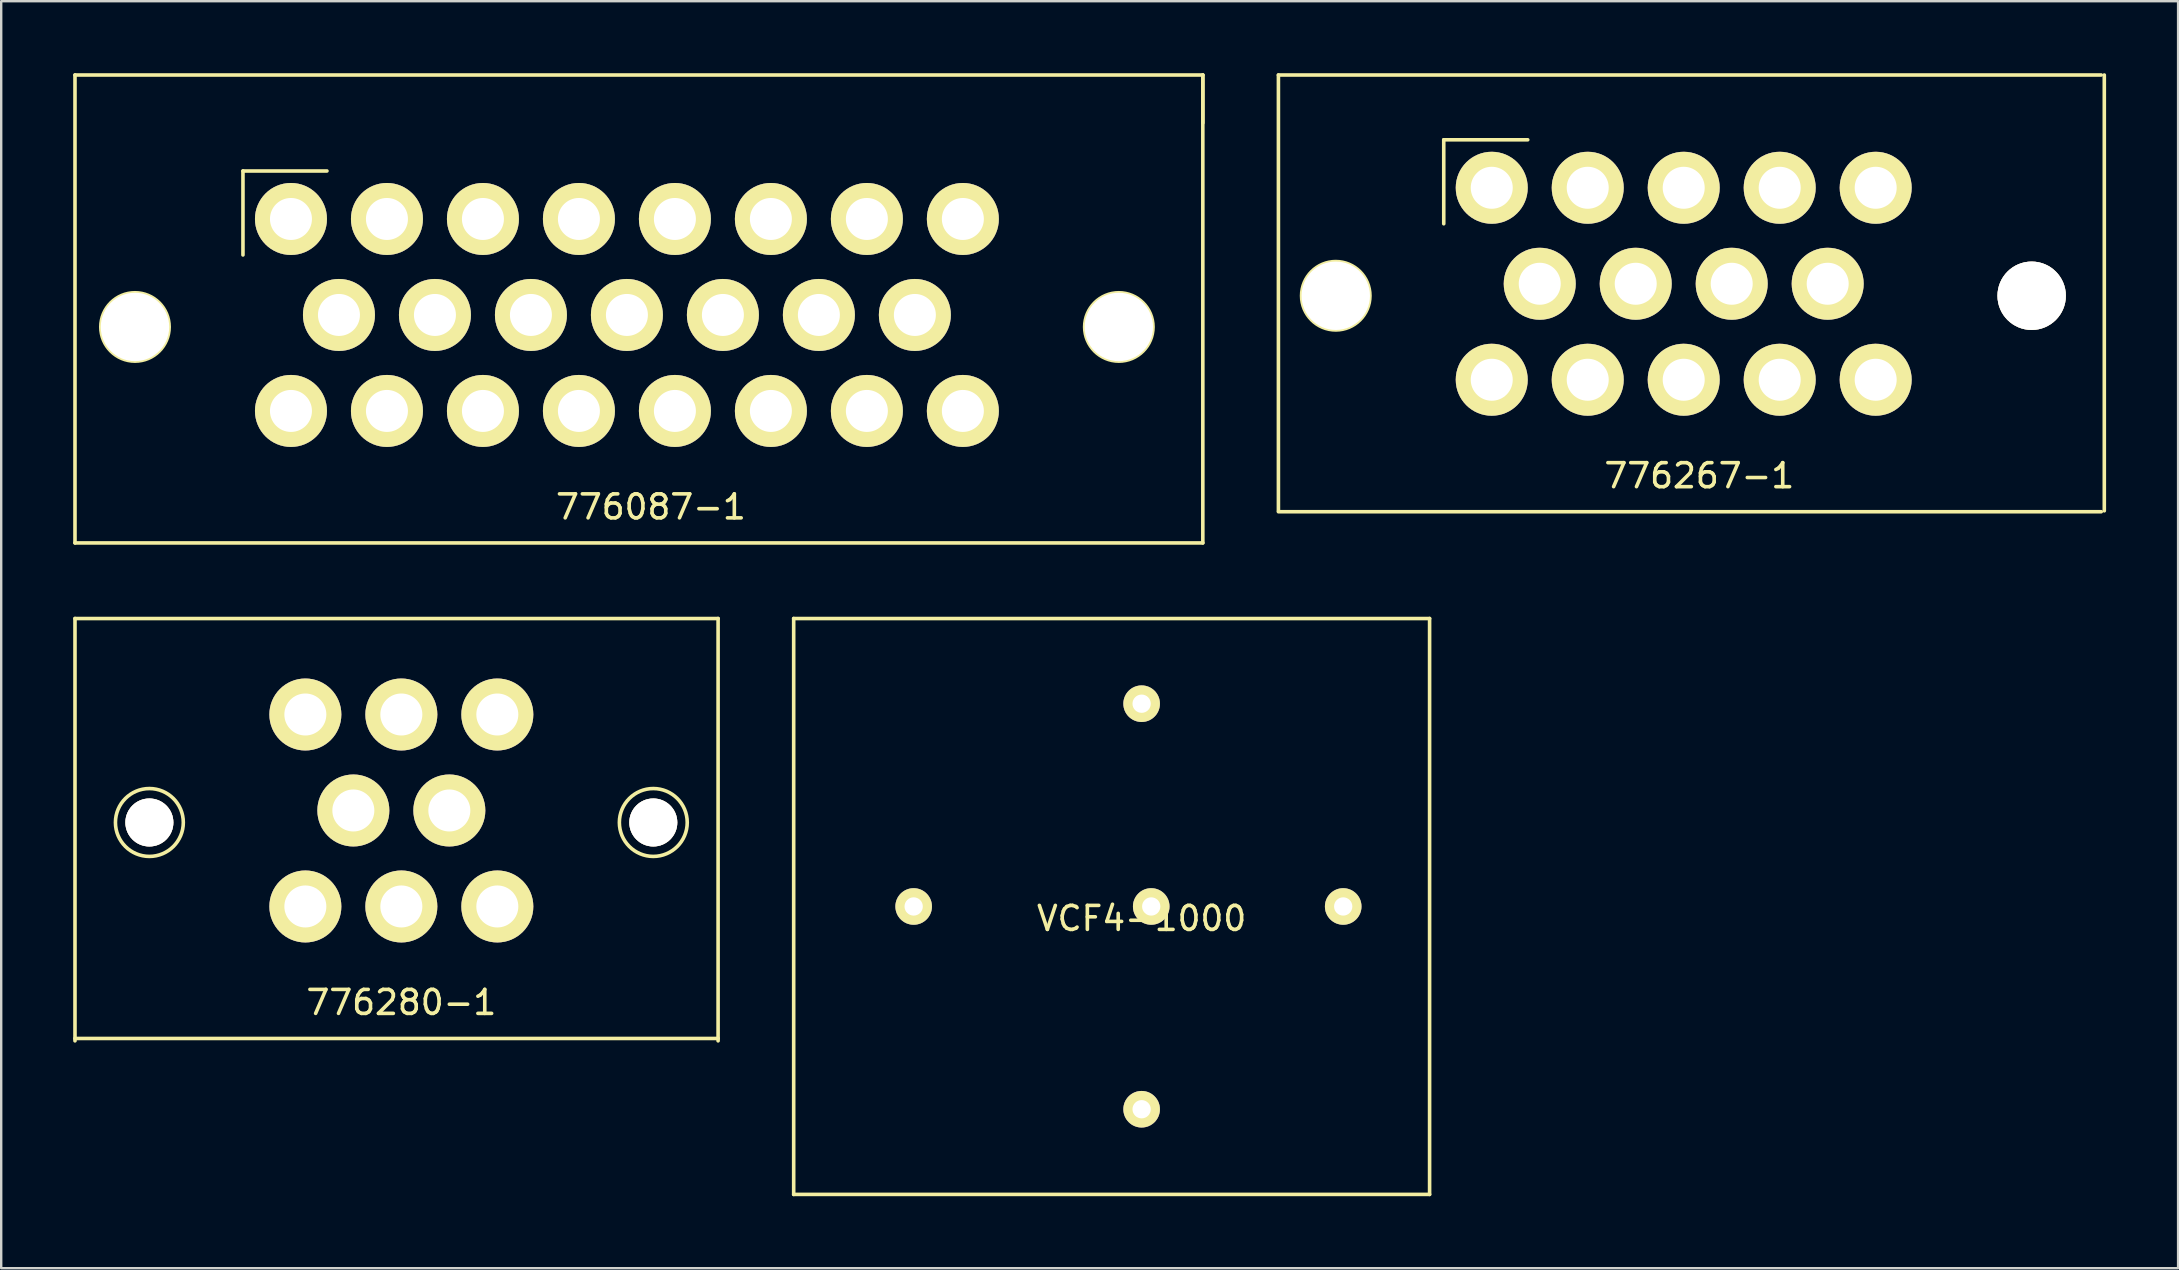
<source format=kicad_pcb>
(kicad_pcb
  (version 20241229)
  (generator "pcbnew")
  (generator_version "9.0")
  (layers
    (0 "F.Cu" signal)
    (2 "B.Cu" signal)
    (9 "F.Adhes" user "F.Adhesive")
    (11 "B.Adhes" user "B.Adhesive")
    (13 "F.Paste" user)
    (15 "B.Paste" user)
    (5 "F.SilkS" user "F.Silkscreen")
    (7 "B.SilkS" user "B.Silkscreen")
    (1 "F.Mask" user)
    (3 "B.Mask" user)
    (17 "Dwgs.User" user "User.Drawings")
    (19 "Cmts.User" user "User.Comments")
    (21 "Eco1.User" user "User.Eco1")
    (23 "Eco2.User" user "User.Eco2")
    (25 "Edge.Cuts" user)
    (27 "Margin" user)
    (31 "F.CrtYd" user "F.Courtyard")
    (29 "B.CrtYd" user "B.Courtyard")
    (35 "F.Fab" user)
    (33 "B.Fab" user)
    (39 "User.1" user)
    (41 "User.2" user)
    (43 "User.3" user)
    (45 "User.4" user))
  (footprint "776087-1"
    (layer "F.Cu")
    (at 9.075 6.075)
    (property "Reference" "776087-1" (at 15 12 0) (layer "F.SilkS") (effects (font (size 1 1) (thickness 0.15))))
    (attr through_hole)
    (fp_line (start -9 -6) (end -9 13.5) (stroke (width 0.15) (type solid)) (layer "F.SilkS"))
    (fp_line (start -2 -2) (end -2 1.5) (stroke (width 0.15) (type solid)) (layer "F.SilkS"))
    (fp_line (start -2 -2) (end 1.5 -2) (stroke (width 0.15) (type solid)) (layer "F.SilkS"))
    (fp_line (start 38 -6) (end -9 -6) (stroke (width 0.15) (type solid)) (layer "F.SilkS"))
    (fp_line (start 38 -6) (end 38 13.5) (stroke (width 0.15) (type solid)) (layer "F.SilkS"))
    (fp_line (start 38 -4) (end 38 -6) (stroke (width 0.15) (type solid)) (layer "F.SilkS"))
    (fp_line (start 38 13.5) (end -9 13.5) (stroke (width 0.15) (type solid)) (layer "F.SilkS"))
    (fp_circle (center -6.5 4.5) (end -5.075 4.5) (stroke (width 0.15) (type solid)) (fill no) (layer "F.SilkS"))
    (fp_circle (center 34.5 4.5) (end 35.925 4.5) (stroke (width 0.15) (type solid)) (fill no) (layer "F.SilkS"))
    (pad "1" thru_hole circle (at 0 0) (size 3 3) (drill 1.75) (layers "*.Cu" "*.Mask" "F.SilkS"))
    (pad "2" thru_hole circle (at 4 0) (size 3 3) (drill 1.75) (layers "*.Cu" "*.Mask" "F.SilkS"))
    (pad "3" thru_hole circle (at 8 0) (size 3 3) (drill 1.75) (layers "*.Cu" "*.Mask" "F.SilkS"))
    (pad "4" thru_hole circle (at 12 0) (size 3 3) (drill 1.75) (layers "*.Cu" "*.Mask" "F.SilkS"))
    (pad "5" thru_hole circle (at 16 0) (size 3 3) (drill 1.75) (layers "*.Cu" "*.Mask" "F.SilkS"))
    (pad "6" thru_hole circle (at 20 0) (size 3 3) (drill 1.75) (layers "*.Cu" "*.Mask" "F.SilkS"))
    (pad "7" thru_hole circle (at 24 0) (size 3 3) (drill 1.75) (layers "*.Cu" "*.Mask" "F.SilkS"))
    (pad "8" thru_hole circle (at 28 0) (size 3 3) (drill 1.75) (layers "*.Cu" "*.Mask" "F.SilkS"))
    (pad "9" thru_hole circle (at 2 4) (size 3 3) (drill 1.75) (layers "*.Cu" "*.Mask" "F.SilkS"))
    (pad "10" thru_hole circle (at 6 4) (size 3 3) (drill 1.75) (layers "*.Cu" "*.Mask" "F.SilkS"))
    (pad "11" thru_hole circle (at 10 4) (size 3 3) (drill 1.75) (layers "*.Cu" "*.Mask" "F.SilkS"))
    (pad "12" thru_hole circle (at 14 4) (size 3 3) (drill 1.75) (layers "*.Cu" "*.Mask" "F.SilkS"))
    (pad "13" thru_hole circle (at 18 4) (size 3 3) (drill 1.75) (layers "*.Cu" "*.Mask" "F.SilkS"))
    (pad "14" thru_hole circle (at 22 4) (size 3 3) (drill 1.75) (layers "*.Cu" "*.Mask" "F.SilkS"))
    (pad "15" thru_hole circle (at 26 4) (size 3 3) (drill 1.75) (layers "*.Cu" "*.Mask" "F.SilkS"))
    (pad "16" thru_hole circle (at 0 8) (size 3 3) (drill 1.75) (layers "*.Cu" "*.Mask" "F.SilkS"))
    (pad "17" thru_hole circle (at 4 8) (size 3 3) (drill 1.75) (layers "*.Cu" "*.Mask" "F.SilkS"))
    (pad "18" thru_hole circle (at 8 8) (size 3 3) (drill 1.75) (layers "*.Cu" "*.Mask" "F.SilkS"))
    (pad "19" thru_hole circle (at 12 8) (size 3 3) (drill 1.75) (layers "*.Cu" "*.Mask" "F.SilkS"))
    (pad "20" thru_hole circle (at 16 8) (size 3 3) (drill 1.75) (layers "*.Cu" "*.Mask" "F.SilkS"))
    (pad "21" thru_hole circle (at 20 8) (size 3 3) (drill 1.75) (layers "*.Cu" "*.Mask" "F.SilkS"))
    (pad "22" thru_hole circle (at 24 8) (size 3 3) (drill 1.75) (layers "*.Cu" "*.Mask" "F.SilkS"))
    (pad "23" thru_hole circle (at 28 8) (size 3 3) (drill 1.75) (layers "*.Cu" "*.Mask" "F.SilkS"))
    (pad "24" thru_hole circle (at -6.5 4.5) (size 2.85 2.85) (drill 2.85) (layers "*.Cu" "*.Mask" "F.SilkS"))
    (pad "25" thru_hole circle (at 34.5 4.5) (size 2.85 2.85) (drill 2.85) (layers "*.Cu" "*.Mask" "F.SilkS")))
  (footprint "776267-1"
    (layer "F.Cu")
    (at 59.115 4.775)
    (property "Reference" "776267-1" (at 8.65 12 0) (layer "F.SilkS") (effects (font (size 1 1) (thickness 0.15))))
    (attr through_hole)
    (fp_line (start -8.89 -4.699) (end -8.89 13.462) (stroke (width 0.15) (type solid)) (layer "F.SilkS"))
    (fp_line (start -2 -2) (end -2 1.5) (stroke (width 0.15) (type solid)) (layer "F.SilkS"))
    (fp_line (start -2 -2) (end 1.5 -2) (stroke (width 0.15) (type solid)) (layer "F.SilkS"))
    (fp_line (start 25.4 -4.7) (end -8.89 -4.7) (stroke (width 0.15) (type solid)) (layer "F.SilkS"))
    (fp_line (start 25.4 13.5) (end -8.89 13.5) (stroke (width 0.15) (type solid)) (layer "F.SilkS"))
    (fp_line (start 25.527 -4.699) (end 25.527 13.462) (stroke (width 0.15) (type solid)) (layer "F.SilkS"))
    (fp_circle (center -6.5 4.5) (end -5.075 4.5) (stroke (width 0.15) (type solid)) (fill no) (layer "F.SilkS"))
    (fp_circle (center 22.479 4.445) (end 22.479 5.715) (stroke (width 0.15) (type solid)) (fill no) (layer "F.SilkS"))
    (pad "1" thru_hole circle (at 0 0) (size 3 3) (drill 1.75) (layers "*.Cu" "*.Mask" "F.SilkS"))
    (pad "2" thru_hole circle (at 4 0) (size 3 3) (drill 1.75) (layers "*.Cu" "*.Mask" "F.SilkS"))
    (pad "3" thru_hole circle (at 8 0) (size 3 3) (drill 1.75) (layers "*.Cu" "*.Mask" "F.SilkS"))
    (pad "4" thru_hole circle (at 12 0) (size 3 3) (drill 1.75) (layers "*.Cu" "*.Mask" "F.SilkS"))
    (pad "5" thru_hole circle (at 16 0) (size 3 3) (drill 1.75) (layers "*.Cu" "*.Mask" "F.SilkS"))
    (pad "6" thru_hole circle (at 2 4) (size 3 3) (drill 1.75) (layers "*.Cu" "*.Mask" "F.SilkS"))
    (pad "7" thru_hole circle (at 6 4) (size 3 3) (drill 1.75) (layers "*.Cu" "*.Mask" "F.SilkS"))
    (pad "8" thru_hole circle (at 10 4) (size 3 3) (drill 1.75) (layers "*.Cu" "*.Mask" "F.SilkS"))
    (pad "9" thru_hole circle (at 14 4) (size 3 3) (drill 1.75) (layers "*.Cu" "*.Mask" "F.SilkS"))
    (pad "10" thru_hole circle (at 0 8) (size 3 3) (drill 1.75) (layers "*.Cu" "*.Mask" "F.SilkS"))
    (pad "11" thru_hole circle (at 4 8) (size 3 3) (drill 1.75) (layers "*.Cu" "*.Mask" "F.SilkS"))
    (pad "12" thru_hole circle (at 8 8) (size 3 3) (drill 1.75) (layers "*.Cu" "*.Mask" "F.SilkS"))
    (pad "13" thru_hole circle (at 12 8) (size 3 3) (drill 1.75) (layers "*.Cu" "*.Mask" "F.SilkS"))
    (pad "14" thru_hole circle (at 16 8) (size 3 3) (drill 1.75) (layers "*.Cu" "*.Mask" "F.SilkS"))
    (pad "15" thru_hole circle (at -6.5 4.5) (size 2.85 2.85) (drill 2.85) (layers "*.Cu" "*.Mask" "F.SilkS"))
    (pad "16" thru_hole circle (at 22.5 4.5) (size 2.85 2.85) (drill 2.85) (layers "*.Cu" "*.Mask" "F.SilkS")))
  (footprint "VCF4-1000"
    (layer "F.Cu")
    (at 44.525 34.725)
    (property "Reference" "VCF4-1000" (at 0 0.5 0) (layer "F.SilkS") (effects (font (size 1 1) (thickness 0.15))))
    (attr through_hole)
    (fp_line (start -14.5 -12) (end -14.5 12) (stroke (width 0.15) (type solid)) (layer "F.SilkS"))
    (fp_line (start -14.5 -12) (end 12 -12) (stroke (width 0.15) (type solid)) (layer "F.SilkS"))
    (fp_line (start -14.5 12) (end 12 12) (stroke (width 0.15) (type solid)) (layer "F.SilkS"))
    (fp_line (start 12 12) (end 12 -12) (stroke (width 0.15) (type solid)) (layer "F.SilkS"))
    (pad "1" thru_hole circle (at 0 -8.45) (size 1.524 1.524) (drill 0.762) (layers "*.Cu" "*.Mask" "F.SilkS"))
    (pad "2" thru_hole circle (at 0 8.45) (size 1.524 1.524) (drill 0.762) (layers "*.Cu" "*.Mask" "F.SilkS"))
    (pad "3" thru_hole circle (at 0.4 0) (size 1.524 1.524) (drill 0.762) (layers "*.Cu" "*.Mask" "F.SilkS"))
    (pad "4" thru_hole circle (at 8.4 0) (size 1.524 1.524) (drill 0.762) (layers "*.Cu" "*.Mask" "F.SilkS"))
    (pad "5" thru_hole circle (at -9.5 0) (size 1.524 1.524) (drill 0.762) (layers "*.Cu" "*.Mask" "F.SilkS")))
  (footprint "776280-1"
    (layer "F.Cu")
    (at 9.675 34.725)
    (property "Reference" "776280-1" (at 4 4 0) (layer "F.SilkS") (effects (font (size 1 1) (thickness 0.15))))
    (attr through_hole)
    (fp_line (start -9.6 -12) (end -9.6 5.6) (stroke (width 0.15) (type solid)) (layer "F.SilkS"))
    (fp_line (start -9.6 5.5) (end 17.2 5.5) (stroke (width 0.15) (type solid)) (layer "F.SilkS"))
    (fp_line (start 17.2 -12) (end -9.6 -12) (stroke (width 0.15) (type solid)) (layer "F.SilkS"))
    (fp_line (start 17.2 5.6) (end 17.2 -12) (stroke (width 0.15) (type solid)) (layer "F.SilkS"))
    (fp_circle (center -6.5 -3.5) (end -7.5 -4.5) (stroke (width 0.15) (type solid)) (fill no) (layer "F.SilkS"))
    (fp_circle (center 14.5 -3.5) (end 15.5 -4.5) (stroke (width 0.15) (type solid)) (fill no) (layer "F.SilkS"))
    (pad "1" thru_hole circle (at 0 -8) (size 3 3) (drill 1.75) (layers "*.Cu" "*.Mask" "F.SilkS"))
    (pad "2" thru_hole circle (at 4 -8) (size 3 3) (drill 1.75) (layers "*.Cu" "*.Mask" "F.SilkS"))
    (pad "3" thru_hole circle (at 8 -8) (size 3 3) (drill 1.75) (layers "*.Cu" "*.Mask" "F.SilkS"))
    (pad "4" thru_hole circle (at 2 -4) (size 3 3) (drill 1.75) (layers "*.Cu" "*.Mask" "F.SilkS"))
    (pad "5" thru_hole circle (at 6 -4) (size 3 3) (drill 1.75) (layers "*.Cu" "*.Mask" "F.SilkS"))
    (pad "6" thru_hole circle (at 0 0) (size 3 3) (drill 1.75) (layers "*.Cu" "*.Mask" "F.SilkS"))
    (pad "7" thru_hole circle (at 4 0) (size 3 3) (drill 1.75) (layers "*.Cu" "*.Mask" "F.SilkS"))
    (pad "8" thru_hole circle (at 8 0) (size 3 3) (drill 1.75) (layers "*.Cu" "*.Mask" "F.SilkS"))
    (pad "9" thru_hole circle (at -6.5 -3.5) (size 2 2) (drill 2) (layers "*.Cu" "*.Mask" "F.SilkS"))
    (pad "10" thru_hole circle (at 14.5 -3.5) (size 2 2) (drill 2) (layers "*.Cu" "*.Mask" "F.SilkS")))
  (gr_rect
    (start -3 -3)
    (end 87.717 49.8)
    (stroke (width 0.1) (type default))
    (fill no)
    (layer "Edge.Cuts")))
</source>
